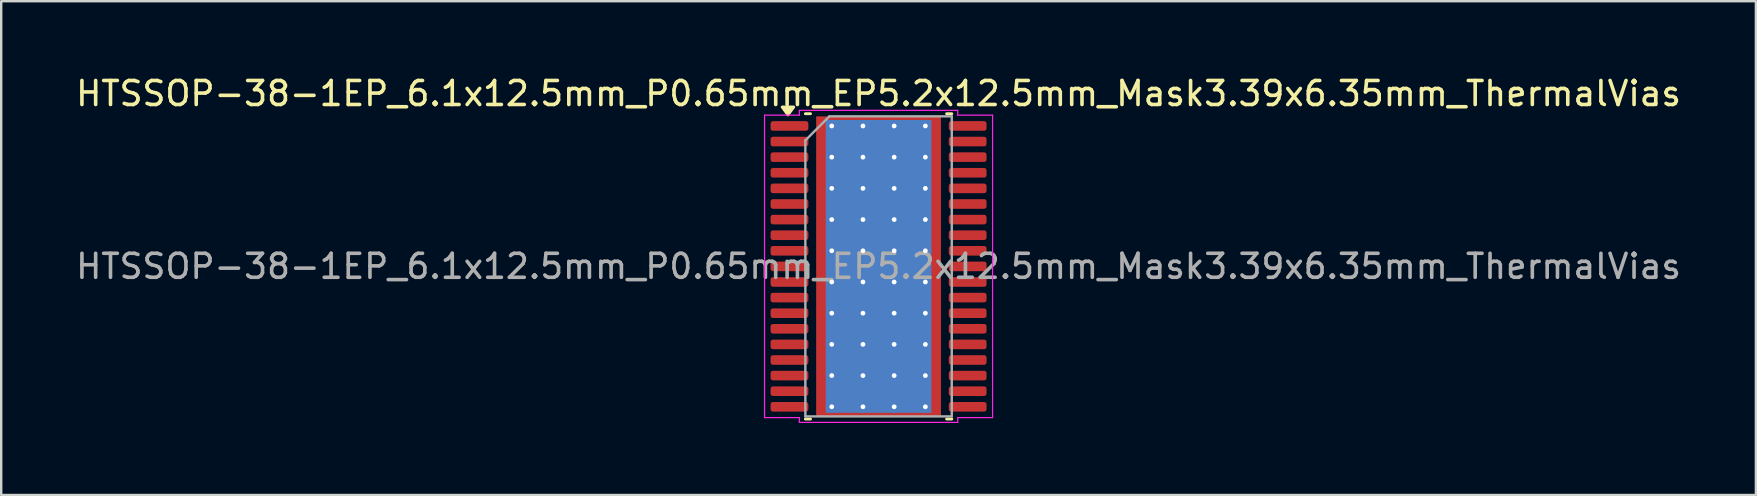
<source format=kicad_pcb>
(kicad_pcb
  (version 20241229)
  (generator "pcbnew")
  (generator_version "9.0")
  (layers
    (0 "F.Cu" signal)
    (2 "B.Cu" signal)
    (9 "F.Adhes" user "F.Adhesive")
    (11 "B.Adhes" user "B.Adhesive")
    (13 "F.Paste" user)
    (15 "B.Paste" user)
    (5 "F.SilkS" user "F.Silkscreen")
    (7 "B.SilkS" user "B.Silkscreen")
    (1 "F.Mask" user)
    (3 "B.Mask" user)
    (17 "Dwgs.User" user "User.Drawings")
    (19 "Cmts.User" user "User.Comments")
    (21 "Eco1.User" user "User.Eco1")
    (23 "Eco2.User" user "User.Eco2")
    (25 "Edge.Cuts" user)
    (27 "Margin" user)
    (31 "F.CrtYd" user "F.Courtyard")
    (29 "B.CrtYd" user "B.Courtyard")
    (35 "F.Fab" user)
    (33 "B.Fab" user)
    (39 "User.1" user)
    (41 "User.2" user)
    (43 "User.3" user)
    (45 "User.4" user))
  (footprint "HTSSOP-38-1EP_6.1x12.5mm_P0.65mm_EP5.2x12.5mm_Mask3.39x6.35mm_ThermalVias"
    (layer "F.Cu")
    (at 33.554 8.048)
    (property "Reference" "HTSSOP-38-1EP_6.1x12.5mm_P0.65mm_EP5.2x12.5mm_Mask3.39x6.35mm_ThermalVias" (at 0 -7.2 0) (layer "F.SilkS") (effects (font (size 1 1) (thickness 0.15))))
    (attr smd)
    (fp_line (start -2.836 -6.36) (end -3.05 -6.36) (stroke (width 0.12) (type solid)) (layer "F.SilkS"))
    (fp_line (start -2.836 6.36) (end -3.05 6.36) (stroke (width 0.12) (type solid)) (layer "F.SilkS"))
    (fp_line (start 2.836 -6.36) (end 3.05 -6.36) (stroke (width 0.12) (type solid)) (layer "F.SilkS"))
    (fp_line (start 2.836 6.36) (end 3.05 6.36) (stroke (width 0.12) (type solid)) (layer "F.SilkS"))
    (fp_poly (pts (xy -3.775 -6.31) (xy -4.015 -6.64) (xy -3.535 -6.64)) (stroke (width 0.12) (type solid)) (fill yes) (layer "F.SilkS"))
    (fp_line (start -4.75 -6.3) (end -3.3 -6.3) (stroke (width 0.05) (type solid)) (layer "F.CrtYd"))
    (fp_line (start -4.75 6.3) (end -4.75 -6.3) (stroke (width 0.05) (type solid)) (layer "F.CrtYd"))
    (fp_line (start -3.3 -6.5) (end 3.3 -6.5) (stroke (width 0.05) (type solid)) (layer "F.CrtYd"))
    (fp_line (start -3.3 -6.3) (end -3.3 -6.5) (stroke (width 0.05) (type solid)) (layer "F.CrtYd"))
    (fp_line (start -3.3 6.3) (end -4.75 6.3) (stroke (width 0.05) (type solid)) (layer "F.CrtYd"))
    (fp_line (start -3.3 6.5) (end -3.3 6.3) (stroke (width 0.05) (type solid)) (layer "F.CrtYd"))
    (fp_line (start 3.3 -6.5) (end 3.3 -6.3) (stroke (width 0.05) (type solid)) (layer "F.CrtYd"))
    (fp_line (start 3.3 -6.3) (end 4.75 -6.3) (stroke (width 0.05) (type solid)) (layer "F.CrtYd"))
    (fp_line (start 3.3 6.3) (end 3.3 6.5) (stroke (width 0.05) (type solid)) (layer "F.CrtYd"))
    (fp_line (start 3.3 6.5) (end -3.3 6.5) (stroke (width 0.05) (type solid)) (layer "F.CrtYd"))
    (fp_line (start 4.75 -6.3) (end 4.75 6.3) (stroke (width 0.05) (type solid)) (layer "F.CrtYd"))
    (fp_line (start 4.75 6.3) (end 3.3 6.3) (stroke (width 0.05) (type solid)) (layer "F.CrtYd"))
    (fp_line (start -3.05 -5.25) (end -2.05 -6.25) (stroke (width 0.1) (type solid)) (layer "F.Fab"))
    (fp_line (start -3.05 6.25) (end -3.05 -5.25) (stroke (width 0.1) (type solid)) (layer "F.Fab"))
    (fp_line (start -2.05 -6.25) (end 3.05 -6.25) (stroke (width 0.1) (type solid)) (layer "F.Fab"))
    (fp_line (start 3.05 -6.25) (end 3.05 6.25) (stroke (width 0.1) (type solid)) (layer "F.Fab"))
    (fp_line (start 3.05 6.25) (end -3.05 6.25) (stroke (width 0.1) (type solid)) (layer "F.Fab"))
    (fp_text user "${REFERENCE}" (at 0 0 0) (layer "F.Fab") (effects (font (size 1 1) (thickness 0.15))))
    (pad "" smd roundrect (at -0.85 -2.12) (size 1.37 1.71) (layers "F.Paste") (roundrect_rratio 0.182))
    (pad "" smd roundrect (at -0.85 0) (size 1.37 1.71) (layers "F.Paste") (roundrect_rratio 0.182))
    (pad "" smd roundrect (at -0.85 2.12) (size 1.37 1.71) (layers "F.Paste") (roundrect_rratio 0.182))
    (pad "" smd rect (at 0 0) (size 3.39 6.35) (layers "F.Mask"))
    (pad "" smd roundrect (at 0.85 -2.12) (size 1.37 1.71) (layers "F.Paste") (roundrect_rratio 0.182))
    (pad "" smd roundrect (at 0.85 0) (size 1.37 1.71) (layers "F.Paste") (roundrect_rratio 0.182))
    (pad "" smd roundrect (at 0.85 2.12) (size 1.37 1.71) (layers "F.Paste") (roundrect_rratio 0.182))
    (pad "1" smd roundrect (at -3.712 -5.85) (size 1.575 0.4) (layers "F.Cu" "F.Mask" "F.Paste") (roundrect_rratio 0.25))
    (pad "2" smd roundrect (at -3.712 -5.2) (size 1.575 0.4) (layers "F.Cu" "F.Mask" "F.Paste") (roundrect_rratio 0.25))
    (pad "3" smd roundrect (at -3.712 -4.55) (size 1.575 0.4) (layers "F.Cu" "F.Mask" "F.Paste") (roundrect_rratio 0.25))
    (pad "4" smd roundrect (at -3.712 -3.9) (size 1.575 0.4) (layers "F.Cu" "F.Mask" "F.Paste") (roundrect_rratio 0.25))
    (pad "5" smd roundrect (at -3.712 -3.25) (size 1.575 0.4) (layers "F.Cu" "F.Mask" "F.Paste") (roundrect_rratio 0.25))
    (pad "6" smd roundrect (at -3.712 -2.6) (size 1.575 0.4) (layers "F.Cu" "F.Mask" "F.Paste") (roundrect_rratio 0.25))
    (pad "7" smd roundrect (at -3.712 -1.95) (size 1.575 0.4) (layers "F.Cu" "F.Mask" "F.Paste") (roundrect_rratio 0.25))
    (pad "8" smd roundrect (at -3.712 -1.3) (size 1.575 0.4) (layers "F.Cu" "F.Mask" "F.Paste") (roundrect_rratio 0.25))
    (pad "9" smd roundrect (at -3.712 -0.65) (size 1.575 0.4) (layers "F.Cu" "F.Mask" "F.Paste") (roundrect_rratio 0.25))
    (pad "10" smd roundrect (at -3.712 0) (size 1.575 0.4) (layers "F.Cu" "F.Mask" "F.Paste") (roundrect_rratio 0.25))
    (pad "11" smd roundrect (at -3.712 0.65) (size 1.575 0.4) (layers "F.Cu" "F.Mask" "F.Paste") (roundrect_rratio 0.25))
    (pad "12" smd roundrect (at -3.712 1.3) (size 1.575 0.4) (layers "F.Cu" "F.Mask" "F.Paste") (roundrect_rratio 0.25))
    (pad "13" smd roundrect (at -3.712 1.95) (size 1.575 0.4) (layers "F.Cu" "F.Mask" "F.Paste") (roundrect_rratio 0.25))
    (pad "14" smd roundrect (at -3.712 2.6) (size 1.575 0.4) (layers "F.Cu" "F.Mask" "F.Paste") (roundrect_rratio 0.25))
    (pad "15" smd roundrect (at -3.712 3.25) (size 1.575 0.4) (layers "F.Cu" "F.Mask" "F.Paste") (roundrect_rratio 0.25))
    (pad "16" smd roundrect (at -3.712 3.9) (size 1.575 0.4) (layers "F.Cu" "F.Mask" "F.Paste") (roundrect_rratio 0.25))
    (pad "17" smd roundrect (at -3.712 4.55) (size 1.575 0.4) (layers "F.Cu" "F.Mask" "F.Paste") (roundrect_rratio 0.25))
    (pad "18" smd roundrect (at -3.712 5.2) (size 1.575 0.4) (layers "F.Cu" "F.Mask" "F.Paste") (roundrect_rratio 0.25))
    (pad "19" smd roundrect (at -3.712 5.85) (size 1.575 0.4) (layers "F.Cu" "F.Mask" "F.Paste") (roundrect_rratio 0.25))
    (pad "20" smd roundrect (at 3.712 5.85) (size 1.575 0.4) (layers "F.Cu" "F.Mask" "F.Paste") (roundrect_rratio 0.25))
    (pad "21" smd roundrect (at 3.712 5.2) (size 1.575 0.4) (layers "F.Cu" "F.Mask" "F.Paste") (roundrect_rratio 0.25))
    (pad "22" smd roundrect (at 3.712 4.55) (size 1.575 0.4) (layers "F.Cu" "F.Mask" "F.Paste") (roundrect_rratio 0.25))
    (pad "23" smd roundrect (at 3.712 3.9) (size 1.575 0.4) (layers "F.Cu" "F.Mask" "F.Paste") (roundrect_rratio 0.25))
    (pad "24" smd roundrect (at 3.712 3.25) (size 1.575 0.4) (layers "F.Cu" "F.Mask" "F.Paste") (roundrect_rratio 0.25))
    (pad "25" smd roundrect (at 3.712 2.6) (size 1.575 0.4) (layers "F.Cu" "F.Mask" "F.Paste") (roundrect_rratio 0.25))
    (pad "26" smd roundrect (at 3.712 1.95) (size 1.575 0.4) (layers "F.Cu" "F.Mask" "F.Paste") (roundrect_rratio 0.25))
    (pad "27" smd roundrect (at 3.712 1.3) (size 1.575 0.4) (layers "F.Cu" "F.Mask" "F.Paste") (roundrect_rratio 0.25))
    (pad "28" smd roundrect (at 3.712 0.65) (size 1.575 0.4) (layers "F.Cu" "F.Mask" "F.Paste") (roundrect_rratio 0.25))
    (pad "29" smd roundrect (at 3.712 0) (size 1.575 0.4) (layers "F.Cu" "F.Mask" "F.Paste") (roundrect_rratio 0.25))
    (pad "30" smd roundrect (at 3.712 -0.65) (size 1.575 0.4) (layers "F.Cu" "F.Mask" "F.Paste") (roundrect_rratio 0.25))
    (pad "31" smd roundrect (at 3.712 -1.3) (size 1.575 0.4) (layers "F.Cu" "F.Mask" "F.Paste") (roundrect_rratio 0.25))
    (pad "32" smd roundrect (at 3.712 -1.95) (size 1.575 0.4) (layers "F.Cu" "F.Mask" "F.Paste") (roundrect_rratio 0.25))
    (pad "33" smd roundrect (at 3.712 -2.6) (size 1.575 0.4) (layers "F.Cu" "F.Mask" "F.Paste") (roundrect_rratio 0.25))
    (pad "34" smd roundrect (at 3.712 -3.25) (size 1.575 0.4) (layers "F.Cu" "F.Mask" "F.Paste") (roundrect_rratio 0.25))
    (pad "35" smd roundrect (at 3.712 -3.9) (size 1.575 0.4) (layers "F.Cu" "F.Mask" "F.Paste") (roundrect_rratio 0.25))
    (pad "36" smd roundrect (at 3.712 -4.55) (size 1.575 0.4) (layers "F.Cu" "F.Mask" "F.Paste") (roundrect_rratio 0.25))
    (pad "37" smd roundrect (at 3.712 -5.2) (size 1.575 0.4) (layers "F.Cu" "F.Mask" "F.Paste") (roundrect_rratio 0.25))
    (pad "38" smd roundrect (at 3.712 -5.85) (size 1.575 0.4) (layers "F.Cu" "F.Mask" "F.Paste") (roundrect_rratio 0.25))
    (pad "39" thru_hole circle (at -1.95 -5.85) (size 0.5 0.5) (drill 0.2) (property pad_prop_heatsink) (layers "*.Cu"))
    (pad "39" thru_hole circle (at -1.95 -4.55) (size 0.5 0.5) (drill 0.2) (property pad_prop_heatsink) (layers "*.Cu"))
    (pad "39" thru_hole circle (at -1.95 -3.25) (size 0.5 0.5) (drill 0.2) (property pad_prop_heatsink) (layers "*.Cu"))
    (pad "39" thru_hole circle (at -1.95 -1.95) (size 0.5 0.5) (drill 0.2) (property pad_prop_heatsink) (layers "*.Cu"))
    (pad "39" thru_hole circle (at -1.95 -0.65) (size 0.5 0.5) (drill 0.2) (property pad_prop_heatsink) (layers "*.Cu"))
    (pad "39" thru_hole circle (at -1.95 0.65) (size 0.5 0.5) (drill 0.2) (property pad_prop_heatsink) (layers "*.Cu"))
    (pad "39" thru_hole circle (at -1.95 1.95) (size 0.5 0.5) (drill 0.2) (property pad_prop_heatsink) (layers "*.Cu"))
    (pad "39" thru_hole circle (at -1.95 3.25) (size 0.5 0.5) (drill 0.2) (property pad_prop_heatsink) (layers "*.Cu"))
    (pad "39" thru_hole circle (at -1.95 4.55) (size 0.5 0.5) (drill 0.2) (property pad_prop_heatsink) (layers "*.Cu"))
    (pad "39" thru_hole circle (at -1.95 5.85) (size 0.5 0.5) (drill 0.2) (property pad_prop_heatsink) (layers "*.Cu"))
    (pad "39" thru_hole circle (at -0.65 -5.85) (size 0.5 0.5) (drill 0.2) (property pad_prop_heatsink) (layers "*.Cu"))
    (pad "39" thru_hole circle (at -0.65 -4.55) (size 0.5 0.5) (drill 0.2) (property pad_prop_heatsink) (layers "*.Cu"))
    (pad "39" thru_hole circle (at -0.65 -3.25) (size 0.5 0.5) (drill 0.2) (property pad_prop_heatsink) (layers "*.Cu"))
    (pad "39" thru_hole circle (at -0.65 -1.95) (size 0.5 0.5) (drill 0.2) (property pad_prop_heatsink) (layers "*.Cu"))
    (pad "39" thru_hole circle (at -0.65 -0.65) (size 0.5 0.5) (drill 0.2) (property pad_prop_heatsink) (layers "*.Cu"))
    (pad "39" thru_hole circle (at -0.65 0.65) (size 0.5 0.5) (drill 0.2) (property pad_prop_heatsink) (layers "*.Cu"))
    (pad "39" thru_hole circle (at -0.65 1.95) (size 0.5 0.5) (drill 0.2) (property pad_prop_heatsink) (layers "*.Cu"))
    (pad "39" thru_hole circle (at -0.65 3.25) (size 0.5 0.5) (drill 0.2) (property pad_prop_heatsink) (layers "*.Cu"))
    (pad "39" thru_hole circle (at -0.65 4.55) (size 0.5 0.5) (drill 0.2) (property pad_prop_heatsink) (layers "*.Cu"))
    (pad "39" thru_hole circle (at -0.65 5.85) (size 0.5 0.5) (drill 0.2) (property pad_prop_heatsink) (layers "*.Cu"))
    (pad "39" smd rect (at 0 0) (size 4.4 12.2) (property pad_prop_heatsink) (layers "B.Cu"))
    (pad "39" smd rect (at 0 0) (size 5.2 12.5) (property pad_prop_heatsink) (layers "F.Cu"))
    (pad "39" thru_hole circle (at 0.65 -5.85) (size 0.5 0.5) (drill 0.2) (property pad_prop_heatsink) (layers "*.Cu"))
    (pad "39" thru_hole circle (at 0.65 -4.55) (size 0.5 0.5) (drill 0.2) (property pad_prop_heatsink) (layers "*.Cu"))
    (pad "39" thru_hole circle (at 0.65 -3.25) (size 0.5 0.5) (drill 0.2) (property pad_prop_heatsink) (layers "*.Cu"))
    (pad "39" thru_hole circle (at 0.65 -1.95) (size 0.5 0.5) (drill 0.2) (property pad_prop_heatsink) (layers "*.Cu"))
    (pad "39" thru_hole circle (at 0.65 -0.65) (size 0.5 0.5) (drill 0.2) (property pad_prop_heatsink) (layers "*.Cu"))
    (pad "39" thru_hole circle (at 0.65 0.65) (size 0.5 0.5) (drill 0.2) (property pad_prop_heatsink) (layers "*.Cu"))
    (pad "39" thru_hole circle (at 0.65 1.95) (size 0.5 0.5) (drill 0.2) (property pad_prop_heatsink) (layers "*.Cu"))
    (pad "39" thru_hole circle (at 0.65 3.25) (size 0.5 0.5) (drill 0.2) (property pad_prop_heatsink) (layers "*.Cu"))
    (pad "39" thru_hole circle (at 0.65 4.55) (size 0.5 0.5) (drill 0.2) (property pad_prop_heatsink) (layers "*.Cu"))
    (pad "39" thru_hole circle (at 0.65 5.85) (size 0.5 0.5) (drill 0.2) (property pad_prop_heatsink) (layers "*.Cu"))
    (pad "39" thru_hole circle (at 1.95 -5.85) (size 0.5 0.5) (drill 0.2) (property pad_prop_heatsink) (layers "*.Cu"))
    (pad "39" thru_hole circle (at 1.95 -4.55) (size 0.5 0.5) (drill 0.2) (property pad_prop_heatsink) (layers "*.Cu"))
    (pad "39" thru_hole circle (at 1.95 -3.25) (size 0.5 0.5) (drill 0.2) (property pad_prop_heatsink) (layers "*.Cu"))
    (pad "39" thru_hole circle (at 1.95 -1.95) (size 0.5 0.5) (drill 0.2) (property pad_prop_heatsink) (layers "*.Cu"))
    (pad "39" thru_hole circle (at 1.95 -0.65) (size 0.5 0.5) (drill 0.2) (property pad_prop_heatsink) (layers "*.Cu"))
    (pad "39" thru_hole circle (at 1.95 0.65) (size 0.5 0.5) (drill 0.2) (property pad_prop_heatsink) (layers "*.Cu"))
    (pad "39" thru_hole circle (at 1.95 1.95) (size 0.5 0.5) (drill 0.2) (property pad_prop_heatsink) (layers "*.Cu"))
    (pad "39" thru_hole circle (at 1.95 3.25) (size 0.5 0.5) (drill 0.2) (property pad_prop_heatsink) (layers "*.Cu"))
    (pad "39" thru_hole circle (at 1.95 4.55) (size 0.5 0.5) (drill 0.2) (property pad_prop_heatsink) (layers "*.Cu"))
    (pad "39" thru_hole circle (at 1.95 5.85) (size 0.5 0.5) (drill 0.2) (property pad_prop_heatsink) (layers "*.Cu")))
  (gr_rect
    (start -3 -3)
    (end 70.107 17.573)
    (stroke (width 0.1) (type default))
    (fill no)
    (layer "Edge.Cuts")))
</source>
